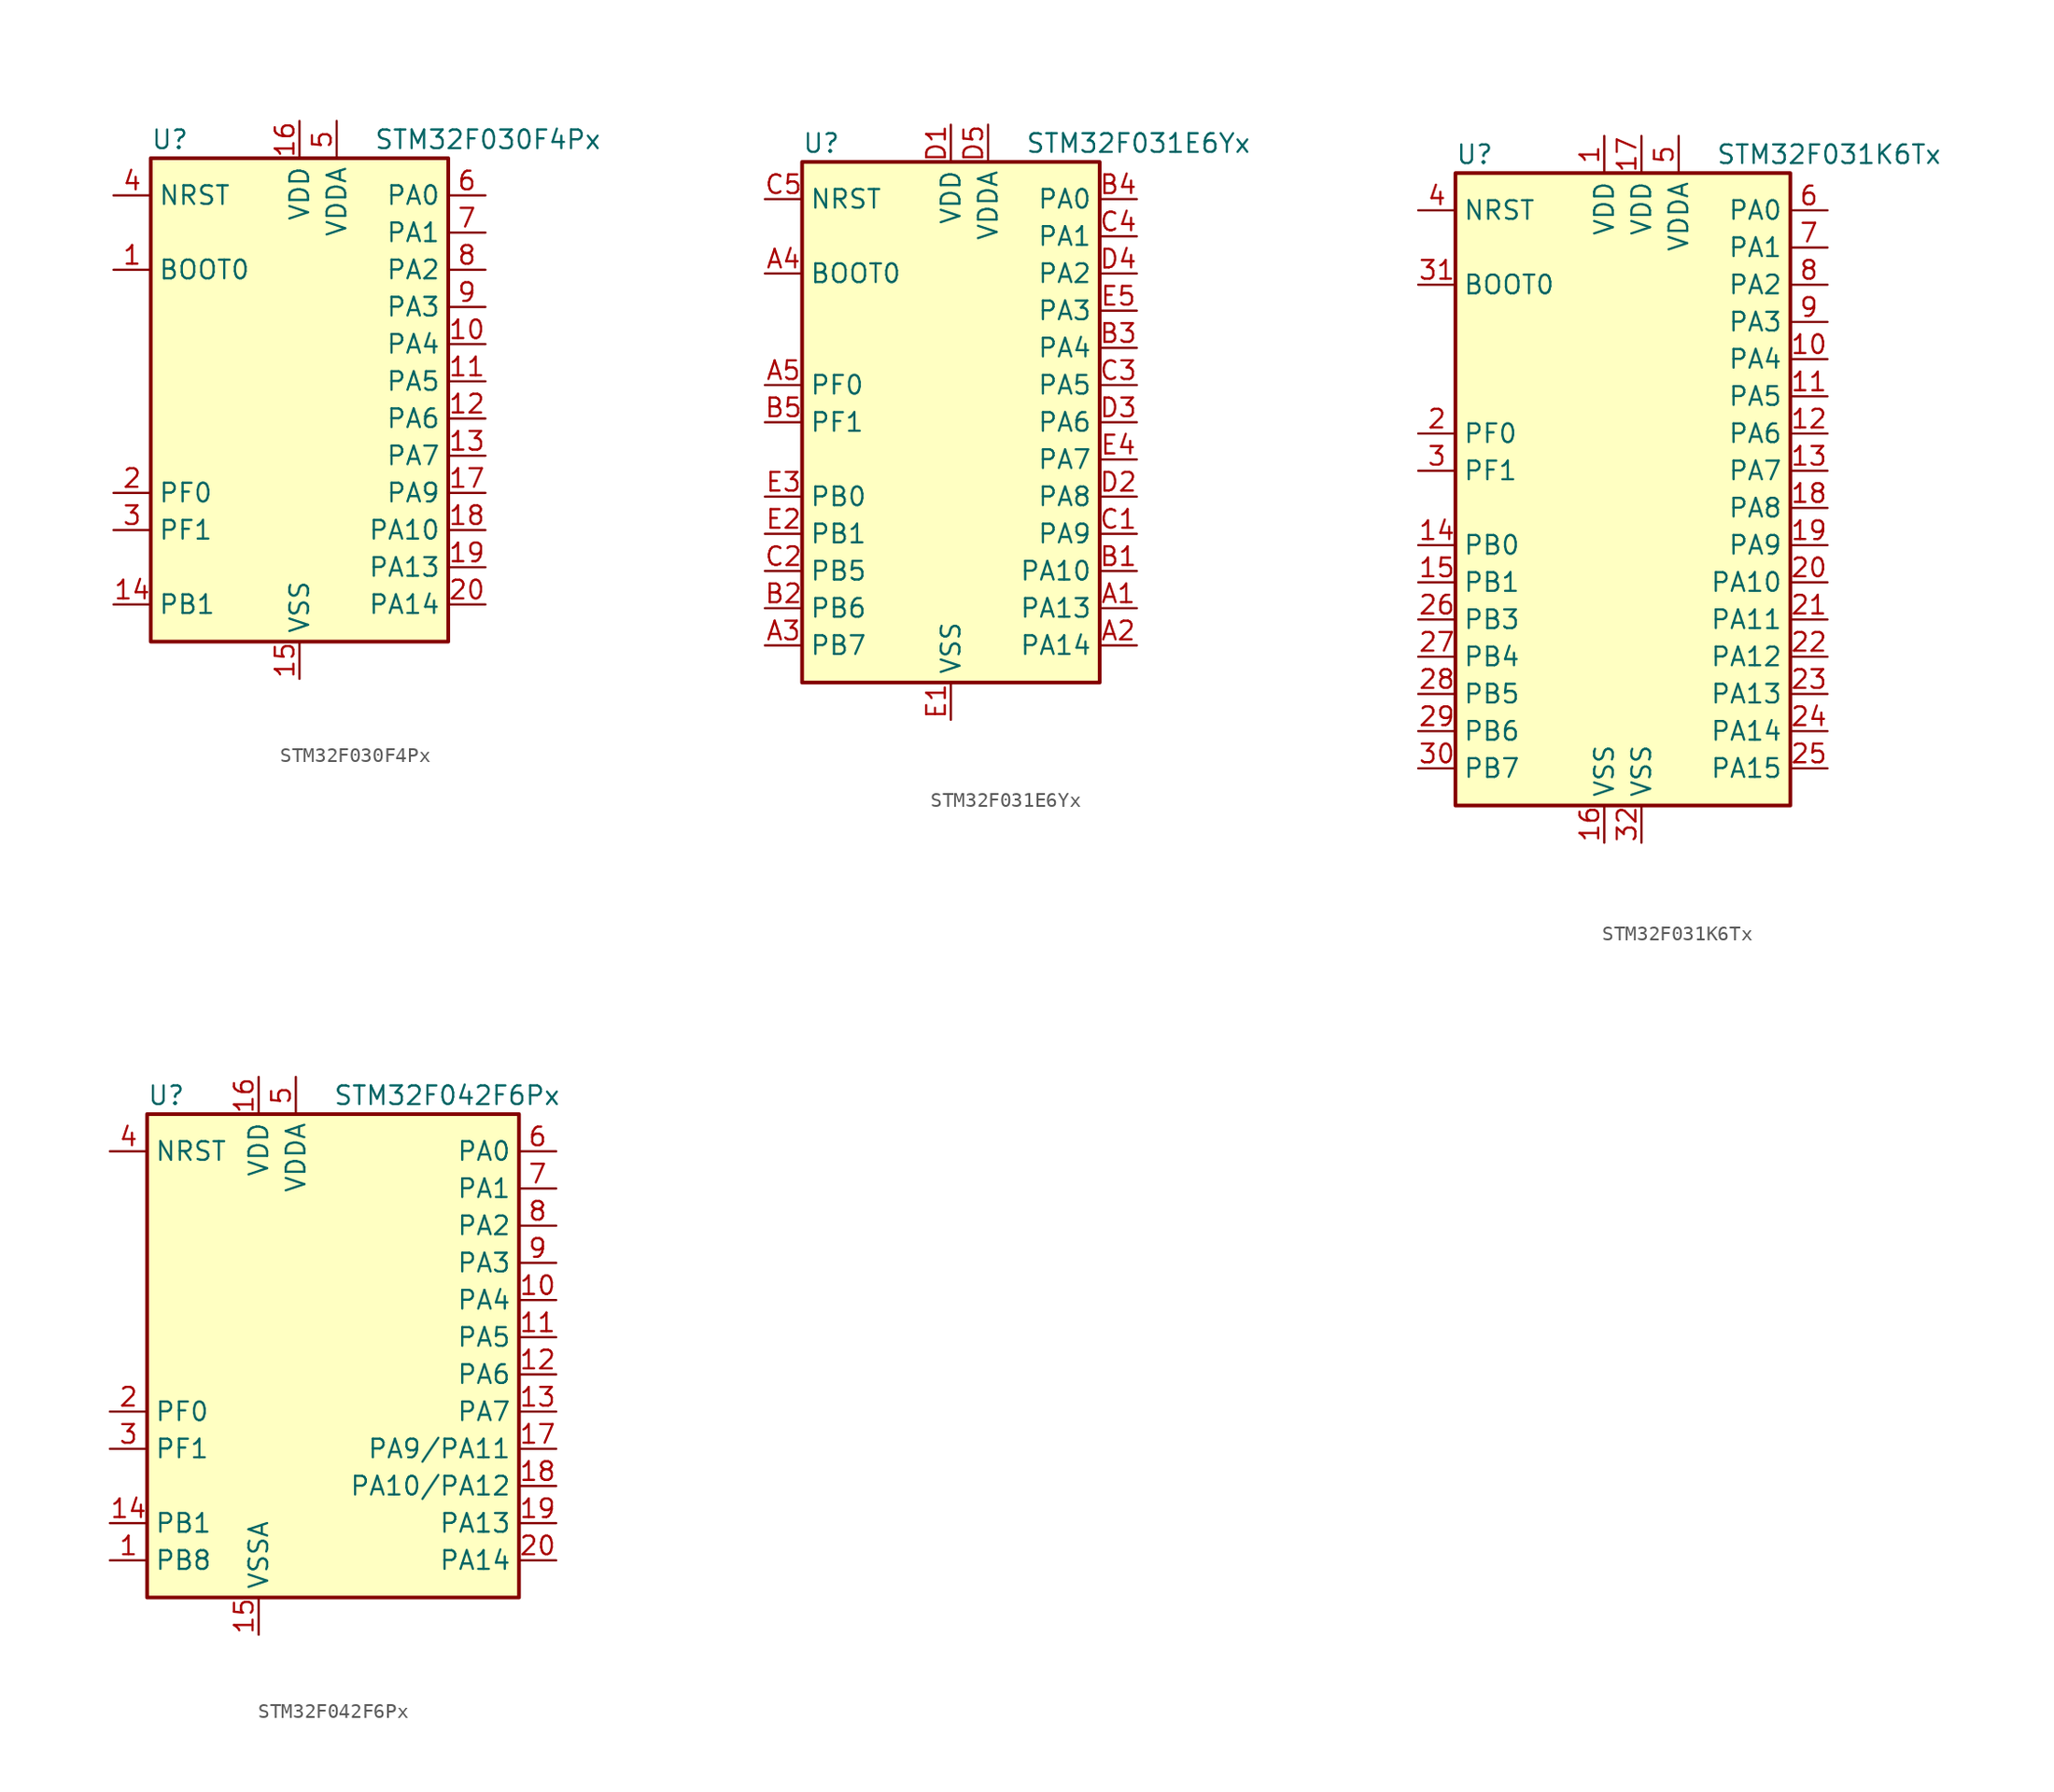
<source format=kicad_sym>
(kicad_symbol_lib
  (version 20201005)
  (generator kicad_symbol_editor)
  (symbol "STM32F030F4Px"
    (property "Reference" "U"
      (at -10.16 16.51 0)
      (effects (font (size 1.27 1.27)) (justify left)))
    (property "Value" "STM32F030F4Px"
      (at 5.08 16.51 0)
      (effects (font (size 1.27 1.27)) (justify left)))
    (symbol "STM32F030F4Px_0_1"
      (rectangle (start -10.16 -17.78) (end 10.16 15.24) (stroke (width 0.254)) (fill (type background))))
    (symbol "STM32F030F4Px_1_1"
      (pin input line (at -12.7 7.62 0) (length 2.54) (name "BOOT0" (effects (font (size 1.27 1.27)))) (number "1" (effects (font (size 1.27 1.27)))))
      (pin input line (at -12.7 12.7 0) (length 2.54) (name "NRST" (effects (font (size 1.27 1.27)))) (number "4" (effects (font (size 1.27 1.27)))))
      (pin bidirectional line (at 12.7 12.7 180) (length 2.54) (name "PA0" (effects (font (size 1.27 1.27)))) (number "6" (effects (font (size 1.27 1.27)))))
      (pin bidirectional line (at 12.7 10.16 180) (length 2.54) (name "PA1" (effects (font (size 1.27 1.27)))) (number "7" (effects (font (size 1.27 1.27)))))
      (pin bidirectional line (at 12.7 -10.16 180) (length 2.54) (name "PA10" (effects (font (size 1.27 1.27)))) (number "18" (effects (font (size 1.27 1.27)))))
      (pin bidirectional line (at 12.7 -12.7 180) (length 2.54) (name "PA13" (effects (font (size 1.27 1.27)))) (number "19" (effects (font (size 1.27 1.27)))))
      (pin bidirectional line (at 12.7 -15.24 180) (length 2.54) (name "PA14" (effects (font (size 1.27 1.27)))) (number "20" (effects (font (size 1.27 1.27)))))
      (pin bidirectional line (at 12.7 7.62 180) (length 2.54) (name "PA2" (effects (font (size 1.27 1.27)))) (number "8" (effects (font (size 1.27 1.27)))))
      (pin bidirectional line (at 12.7 5.08 180) (length 2.54) (name "PA3" (effects (font (size 1.27 1.27)))) (number "9" (effects (font (size 1.27 1.27)))))
      (pin bidirectional line (at 12.7 2.54 180) (length 2.54) (name "PA4" (effects (font (size 1.27 1.27)))) (number "10" (effects (font (size 1.27 1.27)))))
      (pin bidirectional line (at 12.7 0 180) (length 2.54) (name "PA5" (effects (font (size 1.27 1.27)))) (number "11" (effects (font (size 1.27 1.27)))))
      (pin bidirectional line (at 12.7 -2.54 180) (length 2.54) (name "PA6" (effects (font (size 1.27 1.27)))) (number "12" (effects (font (size 1.27 1.27)))))
      (pin bidirectional line (at 12.7 -5.08 180) (length 2.54) (name "PA7" (effects (font (size 1.27 1.27)))) (number "13" (effects (font (size 1.27 1.27)))))
      (pin bidirectional line (at 12.7 -7.62 180) (length 2.54) (name "PA9" (effects (font (size 1.27 1.27)))) (number "17" (effects (font (size 1.27 1.27)))))
      (pin bidirectional line (at -12.7 -15.24 0) (length 2.54) (name "PB1" (effects (font (size 1.27 1.27)))) (number "14" (effects (font (size 1.27 1.27)))))
      (pin input line (at -12.7 -7.62 0) (length 2.54) (name "PF0" (effects (font (size 1.27 1.27)))) (number "2" (effects (font (size 1.27 1.27)))))
      (pin input line (at -12.7 -10.16 0) (length 2.54) (name "PF1" (effects (font (size 1.27 1.27)))) (number "3" (effects (font (size 1.27 1.27)))))
      (pin power_in line (at 0 17.78 270) (length 2.54) (name "VDD" (effects (font (size 1.27 1.27)))) (number "16" (effects (font (size 1.27 1.27)))))
      (pin power_in line (at 2.54 17.78 270) (length 2.54) (name "VDDA" (effects (font (size 1.27 1.27)))) (number "5" (effects (font (size 1.27 1.27)))))
      (pin power_in line (at 0 -20.32 90) (length 2.54) (name "VSS" (effects (font (size 1.27 1.27)))) (number "15" (effects (font (size 1.27 1.27)))))))
  (symbol "STM32F031E6Yx"
    (property "Reference" "U"
      (at -10.16 19.05 0)
      (effects (font (size 1.27 1.27)) (justify left)))
    (property "Value" "STM32F031E6Yx"
      (at 5.08 19.05 0)
      (effects (font (size 1.27 1.27)) (justify left)))
    (symbol "STM32F031E6Yx_0_1"
      (rectangle (start -10.16 -17.78) (end 10.16 17.78) (stroke (width 0.254)) (fill (type background))))
    (symbol "STM32F031E6Yx_1_1"
      (pin input line (at -12.7 10.16 0) (length 2.54) (name "BOOT0" (effects (font (size 1.27 1.27)))) (number "A4" (effects (font (size 1.27 1.27)))))
      (pin input line (at -12.7 15.24 0) (length 2.54) (name "NRST" (effects (font (size 1.27 1.27)))) (number "C5" (effects (font (size 1.27 1.27)))))
      (pin bidirectional line (at 12.7 15.24 180) (length 2.54) (name "PA0" (effects (font (size 1.27 1.27)))) (number "B4" (effects (font (size 1.27 1.27)))))
      (pin bidirectional line (at 12.7 12.7 180) (length 2.54) (name "PA1" (effects (font (size 1.27 1.27)))) (number "C4" (effects (font (size 1.27 1.27)))))
      (pin bidirectional line (at 12.7 -10.16 180) (length 2.54) (name "PA10" (effects (font (size 1.27 1.27)))) (number "B1" (effects (font (size 1.27 1.27)))))
      (pin bidirectional line (at 12.7 -12.7 180) (length 2.54) (name "PA13" (effects (font (size 1.27 1.27)))) (number "A1" (effects (font (size 1.27 1.27)))))
      (pin bidirectional line (at 12.7 -15.24 180) (length 2.54) (name "PA14" (effects (font (size 1.27 1.27)))) (number "A2" (effects (font (size 1.27 1.27)))))
      (pin bidirectional line (at 12.7 10.16 180) (length 2.54) (name "PA2" (effects (font (size 1.27 1.27)))) (number "D4" (effects (font (size 1.27 1.27)))))
      (pin bidirectional line (at 12.7 7.62 180) (length 2.54) (name "PA3" (effects (font (size 1.27 1.27)))) (number "E5" (effects (font (size 1.27 1.27)))))
      (pin bidirectional line (at 12.7 5.08 180) (length 2.54) (name "PA4" (effects (font (size 1.27 1.27)))) (number "B3" (effects (font (size 1.27 1.27)))))
      (pin bidirectional line (at 12.7 2.54 180) (length 2.54) (name "PA5" (effects (font (size 1.27 1.27)))) (number "C3" (effects (font (size 1.27 1.27)))))
      (pin bidirectional line (at 12.7 0 180) (length 2.54) (name "PA6" (effects (font (size 1.27 1.27)))) (number "D3" (effects (font (size 1.27 1.27)))))
      (pin bidirectional line (at 12.7 -2.54 180) (length 2.54) (name "PA7" (effects (font (size 1.27 1.27)))) (number "E4" (effects (font (size 1.27 1.27)))))
      (pin bidirectional line (at 12.7 -5.08 180) (length 2.54) (name "PA8" (effects (font (size 1.27 1.27)))) (number "D2" (effects (font (size 1.27 1.27)))))
      (pin bidirectional line (at 12.7 -7.62 180) (length 2.54) (name "PA9" (effects (font (size 1.27 1.27)))) (number "C1" (effects (font (size 1.27 1.27)))))
      (pin bidirectional line (at -12.7 -5.08 0) (length 2.54) (name "PB0" (effects (font (size 1.27 1.27)))) (number "E3" (effects (font (size 1.27 1.27)))))
      (pin bidirectional line (at -12.7 -7.62 0) (length 2.54) (name "PB1" (effects (font (size 1.27 1.27)))) (number "E2" (effects (font (size 1.27 1.27)))))
      (pin bidirectional line (at -12.7 -10.16 0) (length 2.54) (name "PB5" (effects (font (size 1.27 1.27)))) (number "C2" (effects (font (size 1.27 1.27)))))
      (pin bidirectional line (at -12.7 -12.7 0) (length 2.54) (name "PB6" (effects (font (size 1.27 1.27)))) (number "B2" (effects (font (size 1.27 1.27)))))
      (pin bidirectional line (at -12.7 -15.24 0) (length 2.54) (name "PB7" (effects (font (size 1.27 1.27)))) (number "A3" (effects (font (size 1.27 1.27)))))
      (pin input line (at -12.7 2.54 0) (length 2.54) (name "PF0" (effects (font (size 1.27 1.27)))) (number "A5" (effects (font (size 1.27 1.27)))))
      (pin input line (at -12.7 0 0) (length 2.54) (name "PF1" (effects (font (size 1.27 1.27)))) (number "B5" (effects (font (size 1.27 1.27)))))
      (pin power_in line (at 0 20.32 270) (length 2.54) (name "VDD" (effects (font (size 1.27 1.27)))) (number "D1" (effects (font (size 1.27 1.27)))))
      (pin power_in line (at 2.54 20.32 270) (length 2.54) (name "VDDA" (effects (font (size 1.27 1.27)))) (number "D5" (effects (font (size 1.27 1.27)))))
      (pin power_in line (at 0 -20.32 90) (length 2.54) (name "VSS" (effects (font (size 1.27 1.27)))) (number "E1" (effects (font (size 1.27 1.27)))))))
  (symbol "STM32F031K6Tx"
    (property "Reference" "U"
      (at -12.7 21.59 0)
      (effects (font (size 1.27 1.27)) (justify left)))
    (property "Value" "STM32F031K6Tx"
      (at 5.08 21.59 0)
      (effects (font (size 1.27 1.27)) (justify left)))
    (symbol "STM32F031K6Tx_0_1"
      (rectangle (start -12.7 -22.86) (end 10.16 20.32) (stroke (width 0.254)) (fill (type background))))
    (symbol "STM32F031K6Tx_1_1"
      (pin input line (at -15.24 12.7 0) (length 2.54) (name "BOOT0" (effects (font (size 1.27 1.27)))) (number "31" (effects (font (size 1.27 1.27)))))
      (pin input line (at -15.24 17.78 0) (length 2.54) (name "NRST" (effects (font (size 1.27 1.27)))) (number "4" (effects (font (size 1.27 1.27)))))
      (pin bidirectional line (at 12.7 17.78 180) (length 2.54) (name "PA0" (effects (font (size 1.27 1.27)))) (number "6" (effects (font (size 1.27 1.27)))))
      (pin bidirectional line (at 12.7 15.24 180) (length 2.54) (name "PA1" (effects (font (size 1.27 1.27)))) (number "7" (effects (font (size 1.27 1.27)))))
      (pin bidirectional line (at 12.7 -7.62 180) (length 2.54) (name "PA10" (effects (font (size 1.27 1.27)))) (number "20" (effects (font (size 1.27 1.27)))))
      (pin bidirectional line (at 12.7 -10.16 180) (length 2.54) (name "PA11" (effects (font (size 1.27 1.27)))) (number "21" (effects (font (size 1.27 1.27)))))
      (pin bidirectional line (at 12.7 -12.7 180) (length 2.54) (name "PA12" (effects (font (size 1.27 1.27)))) (number "22" (effects (font (size 1.27 1.27)))))
      (pin bidirectional line (at 12.7 -15.24 180) (length 2.54) (name "PA13" (effects (font (size 1.27 1.27)))) (number "23" (effects (font (size 1.27 1.27)))))
      (pin bidirectional line (at 12.7 -17.78 180) (length 2.54) (name "PA14" (effects (font (size 1.27 1.27)))) (number "24" (effects (font (size 1.27 1.27)))))
      (pin bidirectional line (at 12.7 -20.32 180) (length 2.54) (name "PA15" (effects (font (size 1.27 1.27)))) (number "25" (effects (font (size 1.27 1.27)))))
      (pin bidirectional line (at 12.7 12.7 180) (length 2.54) (name "PA2" (effects (font (size 1.27 1.27)))) (number "8" (effects (font (size 1.27 1.27)))))
      (pin bidirectional line (at 12.7 10.16 180) (length 2.54) (name "PA3" (effects (font (size 1.27 1.27)))) (number "9" (effects (font (size 1.27 1.27)))))
      (pin bidirectional line (at 12.7 7.62 180) (length 2.54) (name "PA4" (effects (font (size 1.27 1.27)))) (number "10" (effects (font (size 1.27 1.27)))))
      (pin bidirectional line (at 12.7 5.08 180) (length 2.54) (name "PA5" (effects (font (size 1.27 1.27)))) (number "11" (effects (font (size 1.27 1.27)))))
      (pin bidirectional line (at 12.7 2.54 180) (length 2.54) (name "PA6" (effects (font (size 1.27 1.27)))) (number "12" (effects (font (size 1.27 1.27)))))
      (pin bidirectional line (at 12.7 0 180) (length 2.54) (name "PA7" (effects (font (size 1.27 1.27)))) (number "13" (effects (font (size 1.27 1.27)))))
      (pin bidirectional line (at 12.7 -2.54 180) (length 2.54) (name "PA8" (effects (font (size 1.27 1.27)))) (number "18" (effects (font (size 1.27 1.27)))))
      (pin bidirectional line (at 12.7 -5.08 180) (length 2.54) (name "PA9" (effects (font (size 1.27 1.27)))) (number "19" (effects (font (size 1.27 1.27)))))
      (pin bidirectional line (at -15.24 -5.08 0) (length 2.54) (name "PB0" (effects (font (size 1.27 1.27)))) (number "14" (effects (font (size 1.27 1.27)))))
      (pin bidirectional line (at -15.24 -7.62 0) (length 2.54) (name "PB1" (effects (font (size 1.27 1.27)))) (number "15" (effects (font (size 1.27 1.27)))))
      (pin bidirectional line (at -15.24 -10.16 0) (length 2.54) (name "PB3" (effects (font (size 1.27 1.27)))) (number "26" (effects (font (size 1.27 1.27)))))
      (pin bidirectional line (at -15.24 -12.7 0) (length 2.54) (name "PB4" (effects (font (size 1.27 1.27)))) (number "27" (effects (font (size 1.27 1.27)))))
      (pin bidirectional line (at -15.24 -15.24 0) (length 2.54) (name "PB5" (effects (font (size 1.27 1.27)))) (number "28" (effects (font (size 1.27 1.27)))))
      (pin bidirectional line (at -15.24 -17.78 0) (length 2.54) (name "PB6" (effects (font (size 1.27 1.27)))) (number "29" (effects (font (size 1.27 1.27)))))
      (pin bidirectional line (at -15.24 -20.32 0) (length 2.54) (name "PB7" (effects (font (size 1.27 1.27)))) (number "30" (effects (font (size 1.27 1.27)))))
      (pin input line (at -15.24 2.54 0) (length 2.54) (name "PF0" (effects (font (size 1.27 1.27)))) (number "2" (effects (font (size 1.27 1.27)))))
      (pin input line (at -15.24 0 0) (length 2.54) (name "PF1" (effects (font (size 1.27 1.27)))) (number "3" (effects (font (size 1.27 1.27)))))
      (pin power_in line (at -2.54 22.86 270) (length 2.54) (name "VDD" (effects (font (size 1.27 1.27)))) (number "1" (effects (font (size 1.27 1.27)))))
      (pin power_in line (at 0 22.86 270) (length 2.54) (name "VDD" (effects (font (size 1.27 1.27)))) (number "17" (effects (font (size 1.27 1.27)))))
      (pin power_in line (at 2.54 22.86 270) (length 2.54) (name "VDDA" (effects (font (size 1.27 1.27)))) (number "5" (effects (font (size 1.27 1.27)))))
      (pin power_in line (at -2.54 -25.4 90) (length 2.54) (name "VSS" (effects (font (size 1.27 1.27)))) (number "16" (effects (font (size 1.27 1.27)))))
      (pin power_in line (at 0 -25.4 90) (length 2.54) (name "VSS" (effects (font (size 1.27 1.27)))) (number "32" (effects (font (size 1.27 1.27)))))))
  (symbol "STM32F042F6Px"
    (property "Reference" "U"
      (at -12.7 16.51 0)
      (effects (font (size 1.27 1.27)) (justify left)))
    (property "Value" "STM32F042F6Px"
      (at 0 16.51 0)
      (effects (font (size 1.27 1.27)) (justify left)))
    (symbol "STM32F042F6Px_0_1"
      (rectangle (start -12.7 -17.78) (end 12.7 15.24) (stroke (width 0.254)) (fill (type background))))
    (symbol "STM32F042F6Px_1_1"
      (pin input line (at -15.24 12.7 0) (length 2.54) (name "NRST" (effects (font (size 1.27 1.27)))) (number "4" (effects (font (size 1.27 1.27)))))
      (pin bidirectional line (at 15.24 12.7 180) (length 2.54) (name "PA0" (effects (font (size 1.27 1.27)))) (number "6" (effects (font (size 1.27 1.27)))))
      (pin bidirectional line (at 15.24 10.16 180) (length 2.54) (name "PA1" (effects (font (size 1.27 1.27)))) (number "7" (effects (font (size 1.27 1.27)))))
      (pin bidirectional line (at 15.24 -10.16 180) (length 2.54) (name "PA10/PA12" (effects (font (size 1.27 1.27)))) (number "18" (effects (font (size 1.27 1.27)))))
      (pin bidirectional line (at 15.24 -12.7 180) (length 2.54) (name "PA13" (effects (font (size 1.27 1.27)))) (number "19" (effects (font (size 1.27 1.27)))))
      (pin bidirectional line (at 15.24 -15.24 180) (length 2.54) (name "PA14" (effects (font (size 1.27 1.27)))) (number "20" (effects (font (size 1.27 1.27)))))
      (pin bidirectional line (at 15.24 7.62 180) (length 2.54) (name "PA2" (effects (font (size 1.27 1.27)))) (number "8" (effects (font (size 1.27 1.27)))))
      (pin bidirectional line (at 15.24 5.08 180) (length 2.54) (name "PA3" (effects (font (size 1.27 1.27)))) (number "9" (effects (font (size 1.27 1.27)))))
      (pin bidirectional line (at 15.24 2.54 180) (length 2.54) (name "PA4" (effects (font (size 1.27 1.27)))) (number "10" (effects (font (size 1.27 1.27)))))
      (pin bidirectional line (at 15.24 0 180) (length 2.54) (name "PA5" (effects (font (size 1.27 1.27)))) (number "11" (effects (font (size 1.27 1.27)))))
      (pin bidirectional line (at 15.24 -2.54 180) (length 2.54) (name "PA6" (effects (font (size 1.27 1.27)))) (number "12" (effects (font (size 1.27 1.27)))))
      (pin bidirectional line (at 15.24 -5.08 180) (length 2.54) (name "PA7" (effects (font (size 1.27 1.27)))) (number "13" (effects (font (size 1.27 1.27)))))
      (pin bidirectional line (at 15.24 -7.62 180) (length 2.54) (name "PA9/PA11" (effects (font (size 1.27 1.27)))) (number "17" (effects (font (size 1.27 1.27)))))
      (pin bidirectional line (at -15.24 -12.7 0) (length 2.54) (name "PB1" (effects (font (size 1.27 1.27)))) (number "14" (effects (font (size 1.27 1.27)))))
      (pin bidirectional line (at -15.24 -15.24 0) (length 2.54) (name "PB8" (effects (font (size 1.27 1.27)))) (number "1" (effects (font (size 1.27 1.27)))))
      (pin input line (at -15.24 -5.08 0) (length 2.54) (name "PF0" (effects (font (size 1.27 1.27)))) (number "2" (effects (font (size 1.27 1.27)))))
      (pin input line (at -15.24 -7.62 0) (length 2.54) (name "PF1" (effects (font (size 1.27 1.27)))) (number "3" (effects (font (size 1.27 1.27)))))
      (pin power_in line (at -5.08 17.78 270) (length 2.54) (name "VDD" (effects (font (size 1.27 1.27)))) (number "16" (effects (font (size 1.27 1.27)))))
      (pin power_in line (at -2.54 17.78 270) (length 2.54) (name "VDDA" (effects (font (size 1.27 1.27)))) (number "5" (effects (font (size 1.27 1.27)))))
      (pin power_in line (at -5.08 -20.32 90) (length 2.54) (name "VSSA" (effects (font (size 1.27 1.27)))) (number "15" (effects (font (size 1.27 1.27))))))))
</source>
